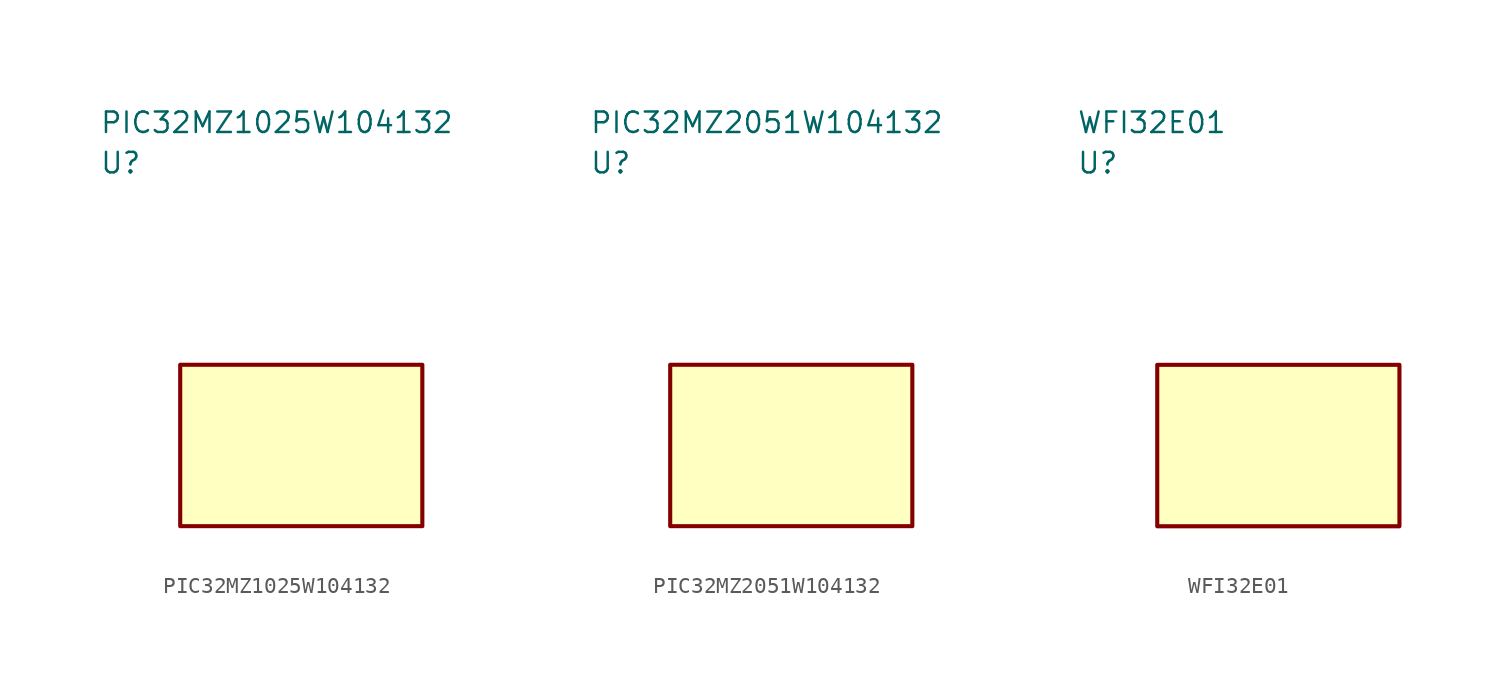
<source format=kicad_sym>
(kicad_symbol_lib
  (version 20241025)
  (generator "kicad_symbol_editor")
  (generator_version "8.0")
  (symbol "PIC32MZ1025W104132"
    (property "Reference" "U"
      (at -12.5 17.5 0)
      (effects (font (size 1.27 1.27)) (justify left)))
    (property "Value" "PIC32MZ1025W104132"
      (at -12.5 20.0 0)
      (effects (font (size 1.27 1.27)) (justify left)))
    (symbol "PIC32MZ1025W104132_0_1"
      (rectangle (start -7.5 5.0) (end 7.5 -5.0) (stroke (width 0.254) (type default)) (fill (type background))))
    (symbol "PIC32MZ1025W104132_1_1"))
  (symbol "PIC32MZ2051W104132"
    (property "Reference" "U"
      (at -12.5 17.5 0)
      (effects (font (size 1.27 1.27)) (justify left)))
    (property "Value" "PIC32MZ2051W104132"
      (at -12.5 20.0 0)
      (effects (font (size 1.27 1.27)) (justify left)))
    (symbol "PIC32MZ2051W104132_0_1"
      (rectangle (start -7.5 5.0) (end 7.5 -5.0) (stroke (width 0.254) (type default)) (fill (type background))))
    (symbol "PIC32MZ2051W104132_1_1"))
  (symbol "WFI32E01"
    (property "Reference" "U"
      (at -12.5 17.5 0)
      (effects (font (size 1.27 1.27)) (justify left)))
    (property "Value" "WFI32E01"
      (at -12.5 20.0 0)
      (effects (font (size 1.27 1.27)) (justify left)))
    (symbol "WFI32E01_0_1"
      (rectangle (start -7.5 5.0) (end 7.5 -5.0) (stroke (width 0.254) (type default)) (fill (type background))))
    (symbol "WFI32E01_1_1")))
</source>
